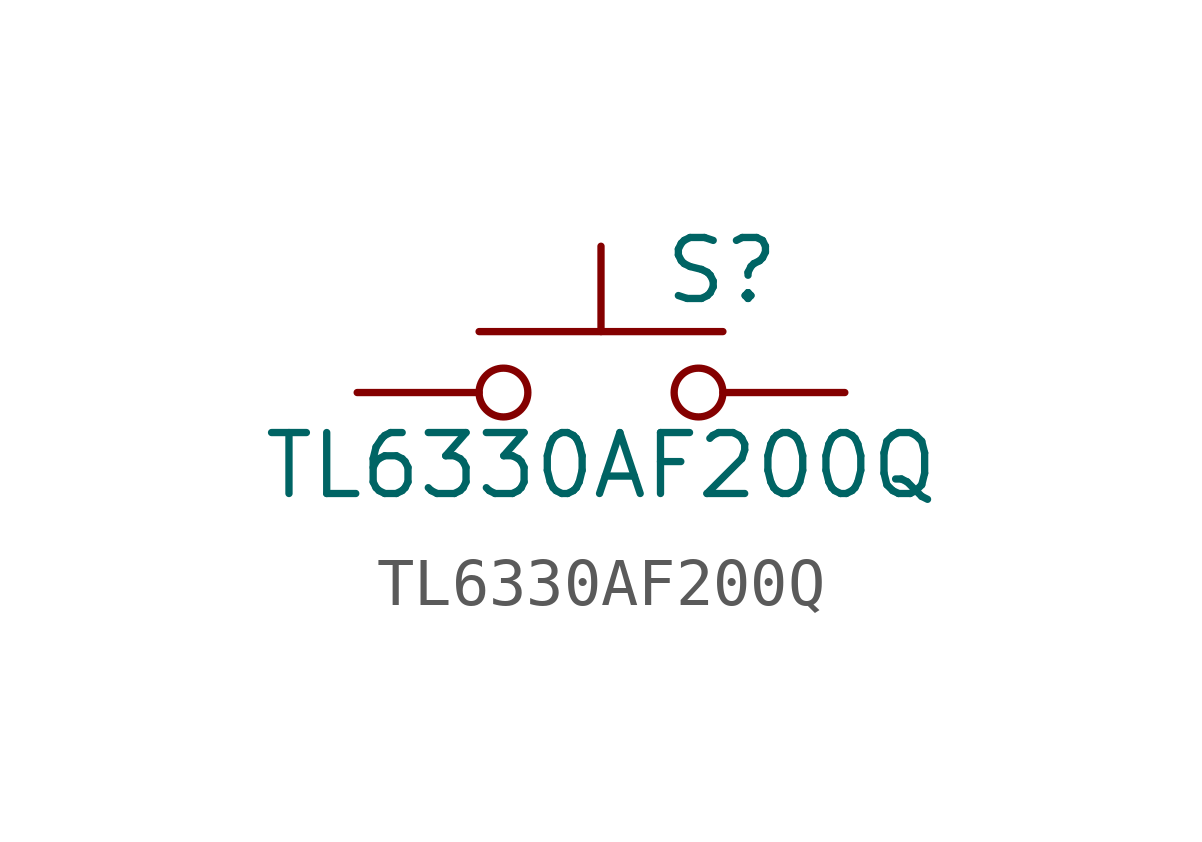
<source format=kicad_sym>
(kicad_symbol_lib
  (version 20241209)
  (generator "kicad_symbol_editor")
  (generator_version "9.0")
  (symbol "TL6330AF200Q"
    (pin_numbers
      (hide yes))
    (pin_names
      (offset 1.016)
      (hide yes))
    (property "Reference" "S"
      (at 1.27 2.54 0)
      (effects (font (size 1.27 1.27)) (justify left)))
    (property "Value" "TL6330AF200Q"
      (at 0 -1.524 0)
      (effects (font (size 1.27 1.27))))
    (symbol "TL6330AF200Q_0_1"
      (circle (center -2.032 0) (radius 0.508) (stroke (width 0) (type default)) (fill (type none)))
      (polyline (pts (xy 0 1.27) (xy 0 3.048)) (stroke (width 0) (type default)) (fill (type none)))
      (circle (center 2.032 0) (radius 0.508) (stroke (width 0) (type default)) (fill (type none)))
      (polyline (pts (xy 2.54 1.27) (xy -2.54 1.27)) (stroke (width 0) (type default)) (fill (type none)))
      (pin passive line (at -5.08 0 0) (length 2.54) (name "1" (effects (font (size 1.27 1.27)))) (number "1" (effects (font (size 1.27 1.27)))))
      (pin passive line (at 5.08 0 180) (length 2.54) (name "2" (effects (font (size 1.27 1.27)))) (number "2" (effects (font (size 1.27 1.27))))))))
</source>
